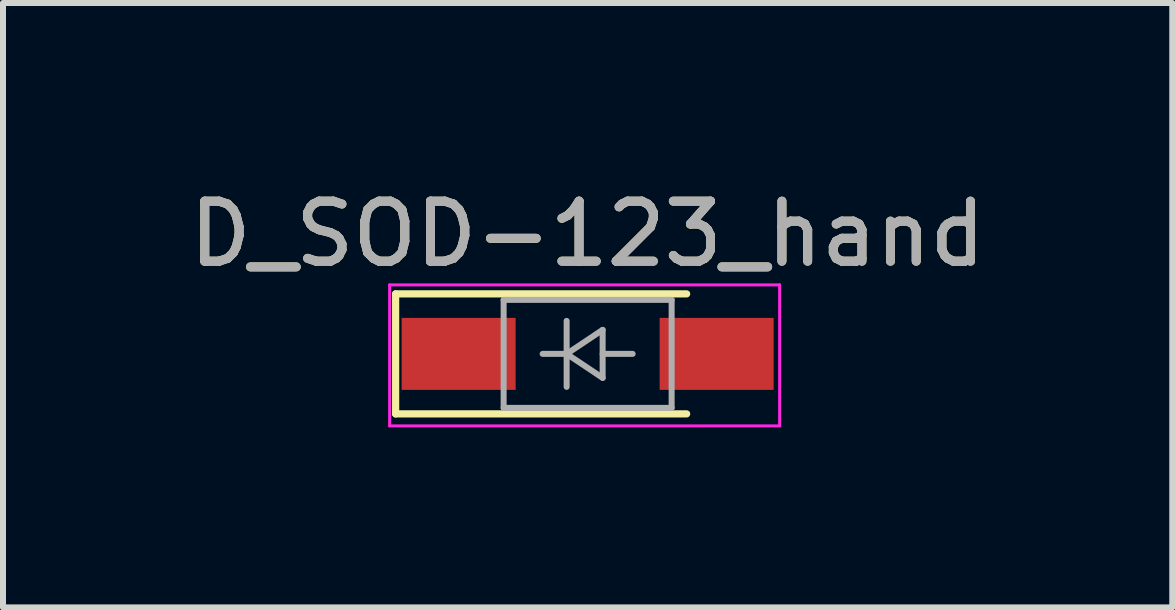
<source format=kicad_pcb>
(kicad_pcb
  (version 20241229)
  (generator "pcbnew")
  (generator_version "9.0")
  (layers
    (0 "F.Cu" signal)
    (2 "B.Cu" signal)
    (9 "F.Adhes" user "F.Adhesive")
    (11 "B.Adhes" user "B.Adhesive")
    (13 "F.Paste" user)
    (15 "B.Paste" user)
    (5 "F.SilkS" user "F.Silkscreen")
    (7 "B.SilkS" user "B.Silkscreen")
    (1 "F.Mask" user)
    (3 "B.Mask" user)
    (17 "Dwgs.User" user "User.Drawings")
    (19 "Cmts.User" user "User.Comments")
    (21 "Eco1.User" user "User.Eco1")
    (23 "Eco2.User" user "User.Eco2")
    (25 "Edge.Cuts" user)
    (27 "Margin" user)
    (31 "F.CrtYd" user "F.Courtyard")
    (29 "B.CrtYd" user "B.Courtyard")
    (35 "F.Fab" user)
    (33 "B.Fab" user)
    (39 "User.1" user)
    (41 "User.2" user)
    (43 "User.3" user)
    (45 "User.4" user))
  (footprint "D_SOD-123_hand"
    (layer "F.Cu")
    (at 6.744 2.848)
    (property "Reference" "D_SOD-123_hand" (at 0 -2 0) (layer "F.SilkS") (effects (font (size 1 1) (thickness 0.15))))
    (attr smd)
    (fp_line (start -3.2 -1) (end -3.2 1) (stroke (width 0.12) (type solid)) (layer "F.SilkS"))
    (fp_line (start -3.2 -1) (end 1.65 -1) (stroke (width 0.12) (type solid)) (layer "F.SilkS"))
    (fp_line (start -3.2 1) (end 1.65 1) (stroke (width 0.12) (type solid)) (layer "F.SilkS"))
    (fp_line (start -3.3 -1.15) (end -3.3 1.2) (stroke (width 0.05) (type solid)) (layer "F.CrtYd"))
    (fp_line (start -3.3 -1.15) (end 3.2 -1.15) (stroke (width 0.05) (type solid)) (layer "F.CrtYd"))
    (fp_line (start 3.2 -1.15) (end 3.2 1.2) (stroke (width 0.05) (type solid)) (layer "F.CrtYd"))
    (fp_line (start 3.2 1.2) (end -3.3 1.2) (stroke (width 0.05) (type solid)) (layer "F.CrtYd"))
    (fp_line (start -1.4 -0.9) (end 1.4 -0.9) (stroke (width 0.1) (type solid)) (layer "F.Fab"))
    (fp_line (start -1.4 0.9) (end -1.4 -0.9) (stroke (width 0.1) (type solid)) (layer "F.Fab"))
    (fp_line (start -0.75 0) (end -0.35 0) (stroke (width 0.1) (type solid)) (layer "F.Fab"))
    (fp_line (start -0.35 0) (end -0.35 -0.55) (stroke (width 0.1) (type solid)) (layer "F.Fab"))
    (fp_line (start -0.35 0) (end -0.35 0.55) (stroke (width 0.1) (type solid)) (layer "F.Fab"))
    (fp_line (start -0.35 0) (end 0.25 -0.4) (stroke (width 0.1) (type solid)) (layer "F.Fab"))
    (fp_line (start 0.25 -0.4) (end 0.25 0.4) (stroke (width 0.1) (type solid)) (layer "F.Fab"))
    (fp_line (start 0.25 0) (end 0.75 0) (stroke (width 0.1) (type solid)) (layer "F.Fab"))
    (fp_line (start 0.25 0.4) (end -0.35 0) (stroke (width 0.1) (type solid)) (layer "F.Fab"))
    (fp_line (start 1.4 -0.9) (end 1.4 0.9) (stroke (width 0.1) (type solid)) (layer "F.Fab"))
    (fp_line (start 1.4 0.9) (end -1.4 0.9) (stroke (width 0.1) (type solid)) (layer "F.Fab"))
    (fp_text user "${REFERENCE}" (at 0 -2 0) (layer "F.Fab") (effects (font (size 1 1) (thickness 0.15))))
    (pad "1" smd rect (at -2.15 0) (size 1.9 1.2) (layers "F.Cu" "F.Mask" "F.Paste"))
    (pad "2" smd rect (at 2.15 0) (size 1.9 1.2) (layers "F.Cu" "F.Mask" "F.Paste")))
  (gr_rect
    (start -3 -3)
    (end 16.488 7.073)
    (stroke (width 0.1) (type default))
    (fill no)
    (layer "Edge.Cuts")))
</source>
